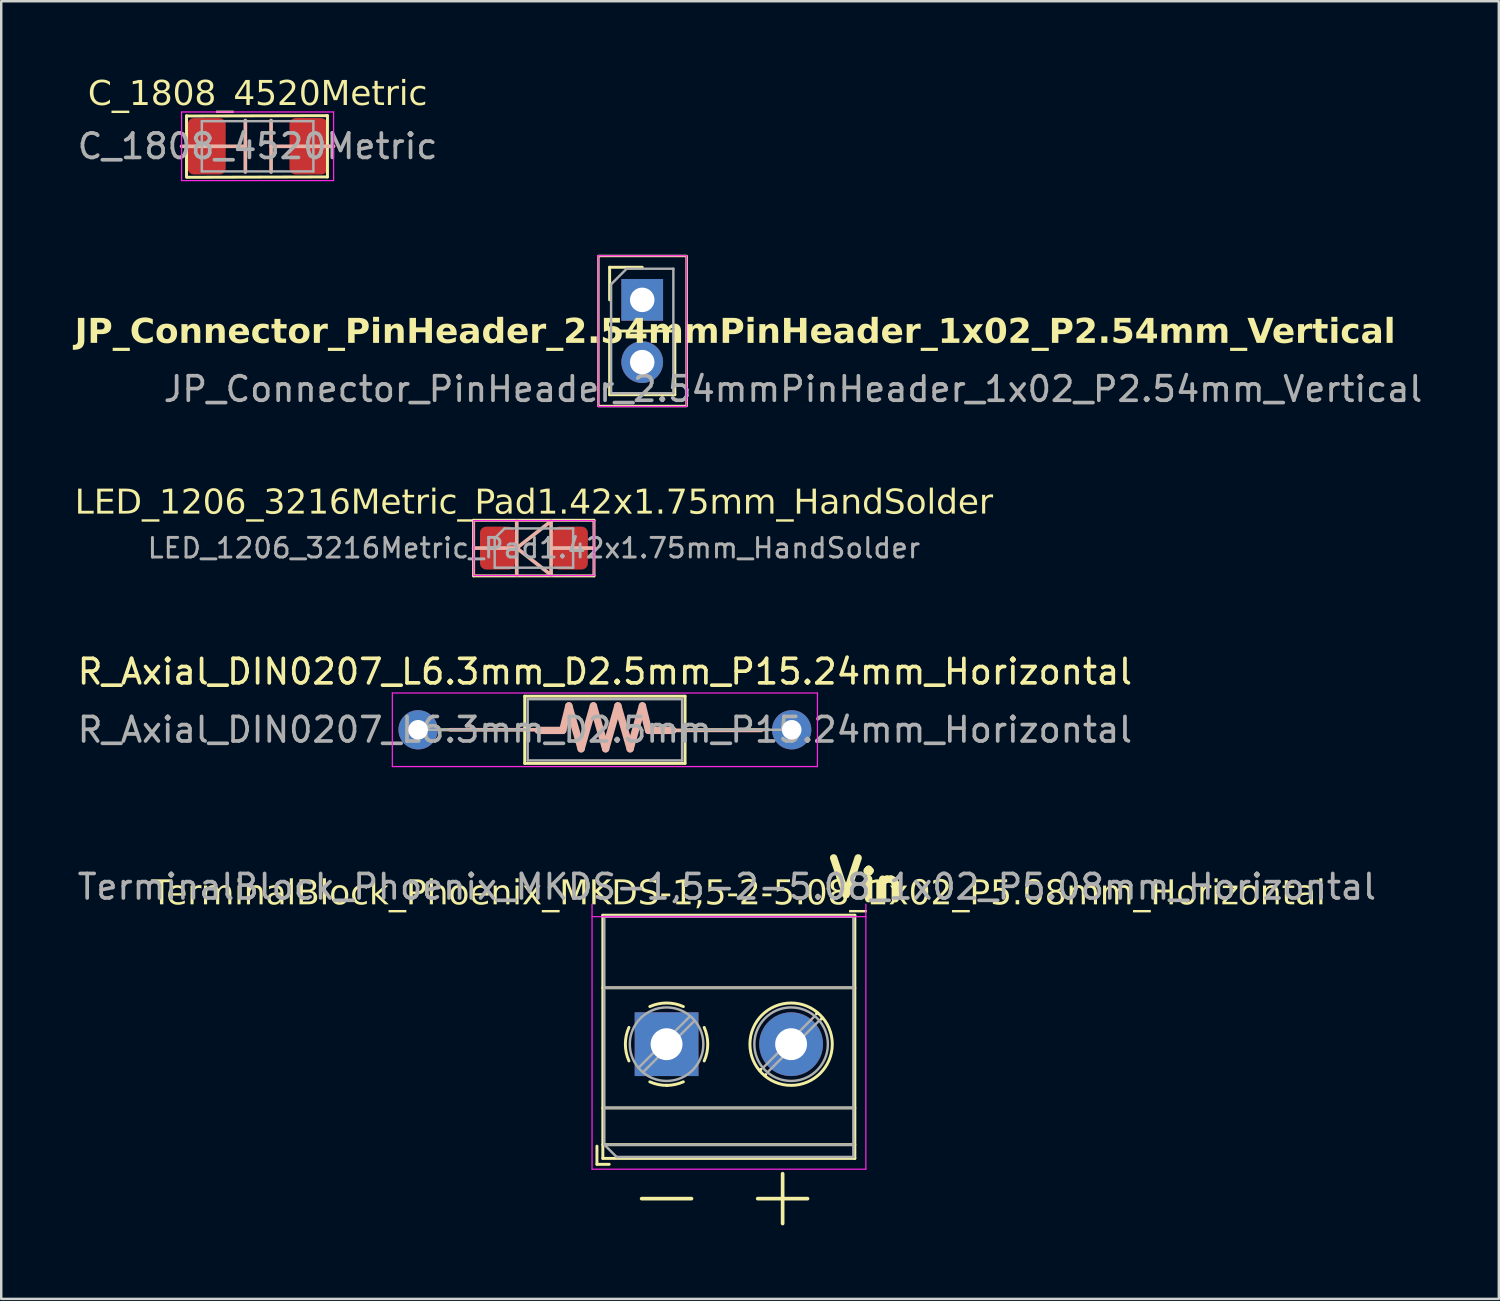
<source format=kicad_pcb>
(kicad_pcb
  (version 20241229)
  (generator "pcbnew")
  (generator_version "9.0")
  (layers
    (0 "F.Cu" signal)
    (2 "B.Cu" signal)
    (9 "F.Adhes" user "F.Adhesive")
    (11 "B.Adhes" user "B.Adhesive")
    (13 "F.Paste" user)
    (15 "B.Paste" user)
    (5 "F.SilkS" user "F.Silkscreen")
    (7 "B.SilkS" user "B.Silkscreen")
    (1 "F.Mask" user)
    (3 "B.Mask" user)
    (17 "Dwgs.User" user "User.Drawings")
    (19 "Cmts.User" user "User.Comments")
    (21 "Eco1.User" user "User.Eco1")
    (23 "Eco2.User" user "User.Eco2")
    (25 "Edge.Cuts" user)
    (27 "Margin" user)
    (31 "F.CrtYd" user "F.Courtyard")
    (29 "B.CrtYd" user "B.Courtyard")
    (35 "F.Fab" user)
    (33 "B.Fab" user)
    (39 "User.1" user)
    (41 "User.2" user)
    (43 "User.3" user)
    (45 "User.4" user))
  (footprint "JP_Connector_PinHeader_2.54mmPinHeader_1x02_P2.54mm_Vertical"
    (layer "F.Cu")
    (at 23.158 10.432)
    (property "Reference" "JP_Connector_PinHeader_2.54mmPinHeader_1x02_P2.54mm_Vertical" (at 3.78 0.09 0) (unlocked yes) (layer "F.SilkS") (effects (font (face "Open Sans") (size 1 1) (thickness 0.2) (bold yes))))
    (attr through_hole)
    (fp_line (start -1.34 -2.58) (end -0.01 -2.58) (stroke (width 0.12) (type solid)) (layer "F.SilkS"))
    (fp_line (start -1.34 -1.25) (end -1.34 -2.58) (stroke (width 0.12) (type solid)) (layer "F.SilkS"))
    (fp_line (start -1.34 0.02) (end -1.34 2.62) (stroke (width 0.12) (type solid)) (layer "F.SilkS"))
    (fp_line (start -1.34 0.02) (end 1.32 0.02) (stroke (width 0.12) (type solid)) (layer "F.SilkS"))
    (fp_line (start -1.34 2.62) (end 1.32 2.62) (stroke (width 0.12) (type solid)) (layer "F.SilkS"))
    (fp_line (start 1.32 0.02) (end 1.32 2.62) (stroke (width 0.12) (type solid)) (layer "F.SilkS"))
    (fp_rect (start -1.8 -3.04) (end 1.8 3.08) (stroke (width 0.1) (type default)) (fill no) (layer "F.SilkS"))
    (fp_line (start -1.81 -3.05) (end -1.81 3.1) (stroke (width 0.05) (type solid)) (layer "F.CrtYd"))
    (fp_line (start -1.81 3.1) (end 1.79 3.1) (stroke (width 0.05) (type solid)) (layer "F.CrtYd"))
    (fp_line (start 1.79 -3.05) (end -1.81 -3.05) (stroke (width 0.05) (type solid)) (layer "F.CrtYd"))
    (fp_line (start 1.79 3.1) (end 1.79 -3.05) (stroke (width 0.05) (type solid)) (layer "F.CrtYd"))
    (fp_line (start -1.28 -1.885) (end -0.645 -2.52) (stroke (width 0.1) (type solid)) (layer "F.Fab"))
    (fp_line (start -1.28 2.56) (end -1.28 -1.885) (stroke (width 0.1) (type solid)) (layer "F.Fab"))
    (fp_line (start -0.645 -2.52) (end 1.26 -2.52) (stroke (width 0.1) (type solid)) (layer "F.Fab"))
    (fp_line (start 1.26 -2.52) (end 1.26 2.56) (stroke (width 0.1) (type solid)) (layer "F.Fab"))
    (fp_line (start 1.26 2.56) (end -1.28 2.56) (stroke (width 0.1) (type solid)) (layer "F.Fab"))
    (fp_text user "${REFERENCE}" (at 6.14 2.39 0) (unlocked yes) (layer "F.Fab") (effects (font (size 1 1) (thickness 0.15))))
    (pad "1" thru_hole rect (at -0.01 -1.25) (size 1.7 1.7) (drill 1) (layers "*.Cu" "*.Mask"))
    (pad "2" thru_hole oval (at -0.01 1.29) (size 1.7 1.7) (drill 1) (layers "*.Cu" "*.Mask")))
  (footprint "R_Axial_DIN0207_L6.3mm_D2.5mm_P15.24mm_Horizontal"
    (layer "F.Cu")
    (at 14.005 26.72)
    (property "Reference" "R_Axial_DIN0207_L6.3mm_D2.5mm_P15.24mm_Horizontal" (at 7.62 -2.37 0) (layer "F.SilkS") (effects (font (size 1 1) (thickness 0.15))))
    (attr through_hole)
    (fp_line (start 0.975 0) (end 4.35 0) (stroke (width 0.12) (type solid)) (layer "F.SilkS"))
    (fp_line (start 4.35 -1.37) (end 4.35 1.37) (stroke (width 0.12) (type solid)) (layer "F.SilkS"))
    (fp_line (start 4.35 1.37) (end 10.89 1.37) (stroke (width 0.12) (type solid)) (layer "F.SilkS"))
    (fp_line (start 10.89 -1.37) (end 4.35 -1.37) (stroke (width 0.12) (type solid)) (layer "F.SilkS"))
    (fp_line (start 10.89 1.37) (end 10.89 -1.37) (stroke (width 0.12) (type solid)) (layer "F.SilkS"))
    (fp_line (start 14.3 0) (end 10.89 0) (stroke (width 0.12) (type solid)) (layer "F.SilkS"))
    (fp_line (start 1.3 0) (end 5.875 0) (stroke (width 0.15) (type default)) (layer "B.SilkS"))
    (fp_line (start 5.9 0.025) (end 4.9 0.025) (stroke (width 0.3) (type default)) (layer "B.SilkS"))
    (fp_line (start 6.15 -0.975) (end 5.9 0.025) (stroke (width 0.3) (type default)) (layer "B.SilkS"))
    (fp_line (start 6.65 0.775) (end 6.15 -0.975) (stroke (width 0.3) (type default)) (layer "B.SilkS"))
    (fp_line (start 7.15 -0.975) (end 6.65 0.775) (stroke (width 0.3) (type default)) (layer "B.SilkS"))
    (fp_line (start 7.65 0.775) (end 7.15 -0.975) (stroke (width 0.3) (type default)) (layer "B.SilkS"))
    (fp_line (start 8.15 -0.975) (end 7.65 0.775) (stroke (width 0.3) (type default)) (layer "B.SilkS"))
    (fp_line (start 8.65 0.775) (end 8.15 -0.975) (stroke (width 0.3) (type default)) (layer "B.SilkS"))
    (fp_line (start 9.15 -0.975) (end 8.65 0.775) (stroke (width 0.3) (type default)) (layer "B.SilkS"))
    (fp_line (start 9.4 0.025) (end 9.15 -0.975) (stroke (width 0.3) (type default)) (layer "B.SilkS"))
    (fp_line (start 10.312 0.023) (end 14 0.025) (stroke (width 0.15) (type default)) (layer "B.SilkS"))
    (fp_line (start 10.4 0.025) (end 9.4 0.025) (stroke (width 0.3) (type default)) (layer "B.SilkS"))
    (fp_line (start -1.05 -1.5) (end -1.05 1.5) (stroke (width 0.05) (type solid)) (layer "F.CrtYd"))
    (fp_line (start -1.05 1.5) (end 16.29 1.5) (stroke (width 0.05) (type solid)) (layer "F.CrtYd"))
    (fp_line (start 16.29 -1.5) (end -1.05 -1.5) (stroke (width 0.05) (type solid)) (layer "F.CrtYd"))
    (fp_line (start 16.29 1.5) (end 16.29 -1.5) (stroke (width 0.05) (type solid)) (layer "F.CrtYd"))
    (fp_line (start 0 0) (end 4.47 0) (stroke (width 0.1) (type solid)) (layer "F.Fab"))
    (fp_line (start 4.47 -1.25) (end 4.47 1.25) (stroke (width 0.1) (type solid)) (layer "F.Fab"))
    (fp_line (start 4.47 1.25) (end 10.77 1.25) (stroke (width 0.1) (type solid)) (layer "F.Fab"))
    (fp_line (start 10.77 -1.25) (end 4.47 -1.25) (stroke (width 0.1) (type solid)) (layer "F.Fab"))
    (fp_line (start 10.77 1.25) (end 10.77 -1.25) (stroke (width 0.1) (type solid)) (layer "F.Fab"))
    (fp_line (start 15.24 0) (end 10.77 0) (stroke (width 0.1) (type solid)) (layer "F.Fab"))
    (fp_text user "${REFERENCE}" (at 7.62 0 0) (layer "F.Fab") (effects (font (size 1 1) (thickness 0.15))))
    (pad "1" thru_hole circle (at 0 0) (size 1.6 1.6) (drill 0.8) (layers "*.Cu" "*.Mask"))
    (pad "2" thru_hole oval (at 15.24 0) (size 1.6 1.6) (drill 0.8) (layers "*.Cu" "*.Mask")))
  (footprint "LED_1206_3216Metric_Pad1.42x1.75mm_HandSolder"
    (layer "F.Cu")
    (at 18.73 19.307)
    (property "Reference" "LED_1206_3216Metric_Pad1.42x1.75mm_HandSolder" (at 0 -1.82 0) (layer "F.SilkS") (effects (font (face "Open Sans") (size 1 1) (thickness 0.15))))
    (attr smd)
    (fp_line (start -2.46 -1.135) (end -2.46 1.135) (stroke (width 0.12) (type solid)) (layer "F.SilkS"))
    (fp_line (start -2.46 1.135) (end 2.45 1.135) (stroke (width 0.12) (type solid)) (layer "F.SilkS"))
    (fp_line (start 2.45 -1.135) (end -2.46 -1.135) (stroke (width 0.12) (type solid)) (layer "F.SilkS"))
    (fp_line (start 2.45 -1.135) (end 2.45 1.135) (stroke (width 0.12) (type solid)) (layer "F.SilkS"))
    (fp_line (start -0.7 -1.1) (end -0.7 1.1) (stroke (width 0.15) (type default)) (layer "B.SilkS"))
    (fp_line (start -0.7 0) (end -2.46 0) (stroke (width 0.15) (type default)) (layer "B.SilkS"))
    (fp_line (start -0.7 0) (end 0.7 -1.1) (stroke (width 0.15) (type default)) (layer "B.SilkS"))
    (fp_line (start 0.7 -1.1) (end 0.7 1.1) (stroke (width 0.15) (type default)) (layer "B.SilkS"))
    (fp_line (start 0.7 1.1) (end -0.7 0) (stroke (width 0.15) (type default)) (layer "B.SilkS"))
    (fp_line (start 2.46 0) (end 0.7 0) (stroke (width 0.15) (type default)) (layer "B.SilkS"))
    (fp_line (start -2.45 -1.12) (end 2.45 -1.12) (stroke (width 0.05) (type solid)) (layer "F.CrtYd"))
    (fp_line (start -2.45 1.12) (end -2.45 -1.12) (stroke (width 0.05) (type solid)) (layer "F.CrtYd"))
    (fp_line (start 2.45 -1.12) (end 2.45 1.12) (stroke (width 0.05) (type solid)) (layer "F.CrtYd"))
    (fp_line (start 2.45 1.12) (end -2.45 1.12) (stroke (width 0.05) (type solid)) (layer "F.CrtYd"))
    (fp_line (start -1.6 -0.4) (end -1.6 0.8) (stroke (width 0.1) (type solid)) (layer "F.Fab"))
    (fp_line (start -1.6 0.8) (end 1.6 0.8) (stroke (width 0.1) (type solid)) (layer "F.Fab"))
    (fp_line (start -1.2 -0.8) (end -1.6 -0.4) (stroke (width 0.1) (type solid)) (layer "F.Fab"))
    (fp_line (start 1.6 -0.8) (end -1.2 -0.8) (stroke (width 0.1) (type solid)) (layer "F.Fab"))
    (fp_line (start 1.6 0.8) (end 1.6 -0.8) (stroke (width 0.1) (type solid)) (layer "F.Fab"))
    (fp_text user "${REFERENCE}" (at 0 0 0) (layer "F.Fab") (effects (font (size 0.8 0.8) (thickness 0.12))))
    (pad "1" smd roundrect (at -1.488 0) (size 1.425 1.75) (layers "F.Cu" "F.Mask" "F.Paste") (roundrect_rratio 0.175))
    (pad "2" smd roundrect (at 1.488 0) (size 1.425 1.75) (layers "F.Cu" "F.Mask" "F.Paste") (roundrect_rratio 0.175)))
  (footprint "C_1808_4520Metric"
    (layer "F.Cu")
    (at 7.458 2.917)
    (property "Reference" "C_1808_4520Metric" (at 0 -2.1 0) (layer "F.SilkS") (effects (font (face "Open Sans") (size 1 1) (thickness 0.15))))
    (attr smd)
    (fp_line (start -2.9 -1.25) (end -2.9 1.265) (stroke (width 0.12) (type solid)) (layer "F.SilkS"))
    (fp_line (start -2.85 -1.235) (end 2.85 -1.25) (stroke (width 0.12) (type solid)) (layer "F.SilkS"))
    (fp_line (start -2.85 1.265) (end 2.85 1.25) (stroke (width 0.12) (type solid)) (layer "F.SilkS"))
    (fp_line (start 2.85 -1.25) (end 2.85 1.25) (stroke (width 0.12) (type solid)) (layer "F.SilkS"))
    (fp_line (start -3.1 0) (end -0.5 0) (stroke (width 0.15) (type default)) (layer "B.SilkS"))
    (fp_line (start -0.5 -1.05) (end -0.5 1.05) (stroke (width 0.15) (type default)) (layer "B.SilkS"))
    (fp_line (start 0.55 -1.05) (end 0.55 1.05) (stroke (width 0.15) (type default)) (layer "B.SilkS"))
    (fp_line (start 0.55 0) (end 3.1 0) (stroke (width 0.15) (type default)) (layer "B.SilkS"))
    (fp_line (start -3.1 -1.4) (end 3.1 -1.4) (stroke (width 0.05) (type solid)) (layer "F.CrtYd"))
    (fp_line (start -3.1 1.4) (end -3.1 -1.4) (stroke (width 0.05) (type solid)) (layer "F.CrtYd"))
    (fp_line (start 3.1 -1.4) (end 3.1 1.4) (stroke (width 0.05) (type solid)) (layer "F.CrtYd"))
    (fp_line (start 3.1 1.4) (end -3.1 1.4) (stroke (width 0.05) (type solid)) (layer "F.CrtYd"))
    (fp_line (start -2.275 -1.025) (end 2.275 -1.025) (stroke (width 0.1) (type solid)) (layer "F.Fab"))
    (fp_line (start -2.275 1.025) (end -2.275 -1.025) (stroke (width 0.1) (type solid)) (layer "F.Fab"))
    (fp_line (start 2.275 -1.025) (end 2.275 1.025) (stroke (width 0.1) (type solid)) (layer "F.Fab"))
    (fp_line (start 2.275 1.025) (end -2.275 1.025) (stroke (width 0.1) (type solid)) (layer "F.Fab"))
    (fp_text user "${REFERENCE}" (at 0 0 0) (layer "F.Fab") (effects (font (size 1 1) (thickness 0.15))))
    (pad "1" smd roundrect (at -2.075 0) (size 1.55 2.3) (layers "F.Cu" "F.Mask" "F.Paste") (roundrect_rratio 0.161))
    (pad "2" smd roundrect (at 2.075 0) (size 1.55 2.3) (layers "F.Cu" "F.Mask" "F.Paste") (roundrect_rratio 0.161)))
  (footprint "TerminalBlock_Phoenix_MKDS-1,5-2-5.08_1x02_P5.08mm_Horizontal"
    (layer "F.Cu")
    (at 24.141 39.545)
    (property "Reference" "TerminalBlock_Phoenix_MKDS-1,5-2-5.08_1x02_P5.08mm_Horizontal" (at 2.93 -6.12 0) (layer "F.SilkS") (effects (font (face "Open Sans") (size 1 1) (thickness 0.15))))
    (attr through_hole)
    (fp_line (start -2.84 4.16) (end -2.84 4.9) (stroke (width 0.12) (type solid)) (layer "F.SilkS"))
    (fp_line (start -2.84 4.9) (end -2.34 4.9) (stroke (width 0.12) (type solid)) (layer "F.SilkS"))
    (fp_line (start -2.6 -5.261) (end -2.6 4.66) (stroke (width 0.12) (type solid)) (layer "F.SilkS"))
    (fp_line (start -2.6 -5.261) (end 7.68 -5.261) (stroke (width 0.12) (type solid)) (layer "F.SilkS"))
    (fp_line (start -2.6 -2.301) (end 7.68 -2.301) (stroke (width 0.12) (type solid)) (layer "F.SilkS"))
    (fp_line (start -2.6 2.6) (end 7.68 2.6) (stroke (width 0.12) (type solid)) (layer "F.SilkS"))
    (fp_line (start -2.6 4.1) (end 7.68 4.1) (stroke (width 0.12) (type solid)) (layer "F.SilkS"))
    (fp_line (start -2.6 4.66) (end 7.68 4.66) (stroke (width 0.12) (type solid)) (layer "F.SilkS"))
    (fp_line (start -1.016 6.3) (end 1.016 6.3) (stroke (width 0.15) (type default)) (layer "F.SilkS"))
    (fp_line (start 3.718 6.3) (end 5.75 6.3) (stroke (width 0.15) (type default)) (layer "F.SilkS"))
    (fp_line (start 3.853 1.023) (end 3.806 1.069) (stroke (width 0.12) (type solid)) (layer "F.SilkS"))
    (fp_line (start 4.046 1.239) (end 4.011 1.274) (stroke (width 0.12) (type solid)) (layer "F.SilkS"))
    (fp_line (start 4.734 5.284) (end 4.734 7.316) (stroke (width 0.15) (type default)) (layer "F.SilkS"))
    (fp_line (start 6.15 -1.275) (end 6.115 -1.239) (stroke (width 0.12) (type solid)) (layer "F.SilkS"))
    (fp_line (start 6.355 -1.069) (end 6.308 -1.023) (stroke (width 0.12) (type solid)) (layer "F.SilkS"))
    (fp_line (start 7.68 -5.261) (end 7.68 4.66) (stroke (width 0.12) (type solid)) (layer "F.SilkS"))
    (fp_arc (start -1.535427 0.683042) (mid -1.680501 -0.000524) (end -1.535 -0.684) (stroke (width 0.12) (type solid)) (layer "F.SilkS"))
    (fp_arc (start -0.683042 -1.535427) (mid 0.000524 -1.680501) (end 0.684 -1.535) (stroke (width 0.12) (type solid)) (layer "F.SilkS"))
    (fp_arc (start 0.028805 1.680253) (mid -0.335551 1.646659) (end -0.684 1.535) (stroke (width 0.12) (type solid)) (layer "F.SilkS"))
    (fp_arc (start 0.683318 1.534756) (mid 0.349292 1.643288) (end 0 1.68) (stroke (width 0.12) (type solid)) (layer "F.SilkS"))
    (fp_arc (start 1.535427 -0.683042) (mid 1.680501 0.000524) (end 1.535 0.684) (stroke (width 0.12) (type solid)) (layer "F.SilkS"))
    (fp_circle (center 5.08 0) (end 6.76 0) (stroke (width 0.12) (type solid)) (fill no) (layer "F.SilkS"))
    (fp_line (start -3.04 -5.71) (end -3.04 5.1) (stroke (width 0.05) (type solid)) (layer "F.CrtYd"))
    (fp_line (start -3.04 5.1) (end 8.13 5.1) (stroke (width 0.05) (type solid)) (layer "F.CrtYd"))
    (fp_line (start 8.13 -5.202) (end -3.04 -5.202) (stroke (width 0.05) (type solid)) (layer "F.CrtYd"))
    (fp_line (start 8.13 5.1) (end 8.13 -5.71) (stroke (width 0.05) (type solid)) (layer "F.CrtYd"))
    (fp_line (start -2.54 -5.2) (end 7.62 -5.2) (stroke (width 0.1) (type solid)) (layer "F.Fab"))
    (fp_line (start -2.54 -2.3) (end 7.62 -2.3) (stroke (width 0.1) (type solid)) (layer "F.Fab"))
    (fp_line (start -2.54 2.6) (end 7.62 2.6) (stroke (width 0.1) (type solid)) (layer "F.Fab"))
    (fp_line (start -2.54 4.1) (end -2.54 -5.2) (stroke (width 0.1) (type solid)) (layer "F.Fab"))
    (fp_line (start -2.54 4.1) (end 7.62 4.1) (stroke (width 0.1) (type solid)) (layer "F.Fab"))
    (fp_line (start -2.04 4.6) (end -2.54 4.1) (stroke (width 0.1) (type solid)) (layer "F.Fab"))
    (fp_line (start 0.955 -1.138) (end -1.138 0.955) (stroke (width 0.1) (type solid)) (layer "F.Fab"))
    (fp_line (start 1.138 -0.955) (end -0.955 1.138) (stroke (width 0.1) (type solid)) (layer "F.Fab"))
    (fp_line (start 6.035 -1.138) (end 3.943 0.955) (stroke (width 0.1) (type solid)) (layer "F.Fab"))
    (fp_line (start 6.218 -0.955) (end 4.126 1.138) (stroke (width 0.1) (type solid)) (layer "F.Fab"))
    (fp_line (start 7.62 -5.2) (end 7.62 4.6) (stroke (width 0.1) (type solid)) (layer "F.Fab"))
    (fp_line (start 7.62 4.6) (end -2.04 4.6) (stroke (width 0.1) (type solid)) (layer "F.Fab"))
    (fp_circle (center 0 0) (end 1.5 0) (stroke (width 0.1) (type solid)) (fill no) (layer "F.Fab"))
    (fp_circle (center 5.08 0) (end 6.58 0) (stroke (width 0.1) (type solid)) (fill no) (layer "F.Fab"))
    (fp_text user "V_{in}\n" (at 6.475 -5.9 0) (unlocked yes) (layer "F.SilkS") (effects (font (size 1.5 1.5) (thickness 0.3) (bold yes)) (justify left bottom)))
    (fp_text user "${REFERENCE}" (at 2.46 -6.42 0) (layer "F.Fab") (effects (font (size 1 1) (thickness 0.15))))
    (pad "1" thru_hole rect (at 0 0) (size 2.6 2.6) (drill 1.3) (layers "*.Cu" "*.Mask"))
    (pad "2" thru_hole circle (at 5.08 0) (size 2.6 2.6) (drill 1.3) (layers "*.Cu" "*.Mask")))
  (gr_rect
    (start -3 -3)
    (end 58.09 49.936)
    (stroke (width 0.1) (type default))
    (fill no)
    (layer "Edge.Cuts")))
</source>
